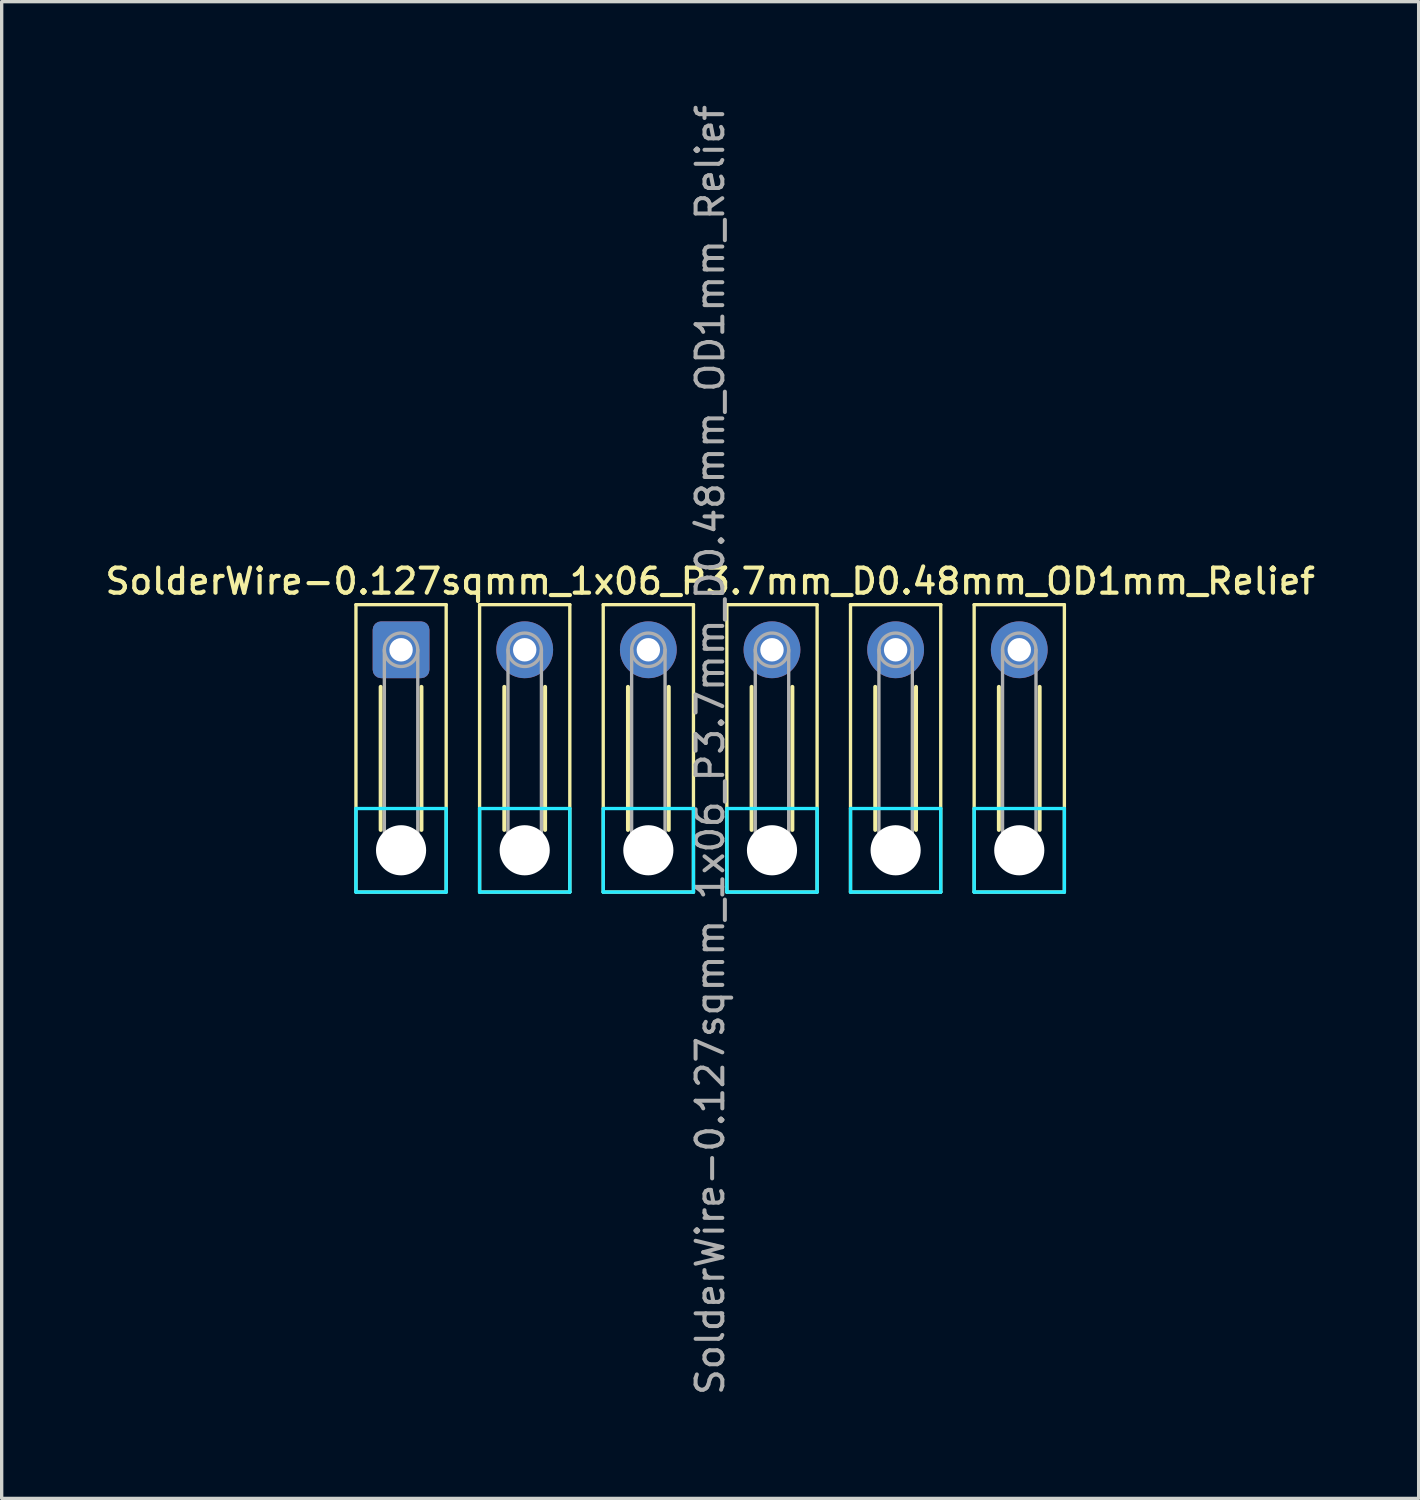
<source format=kicad_pcb>
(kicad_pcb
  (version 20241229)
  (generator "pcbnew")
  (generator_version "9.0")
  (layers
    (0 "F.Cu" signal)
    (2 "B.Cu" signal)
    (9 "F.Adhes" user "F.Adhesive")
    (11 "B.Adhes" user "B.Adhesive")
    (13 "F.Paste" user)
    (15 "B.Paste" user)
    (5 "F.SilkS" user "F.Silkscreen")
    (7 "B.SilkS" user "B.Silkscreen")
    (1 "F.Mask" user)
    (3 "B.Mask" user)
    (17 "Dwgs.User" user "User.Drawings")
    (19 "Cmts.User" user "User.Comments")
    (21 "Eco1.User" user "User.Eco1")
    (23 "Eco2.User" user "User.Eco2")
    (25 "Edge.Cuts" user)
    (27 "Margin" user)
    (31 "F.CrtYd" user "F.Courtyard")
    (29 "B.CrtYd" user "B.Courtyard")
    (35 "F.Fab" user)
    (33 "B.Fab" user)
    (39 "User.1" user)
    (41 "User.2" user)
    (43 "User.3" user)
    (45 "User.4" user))
  (footprint "SolderWire-0.127sqmm_1x06_P3.7mm_D0.48mm_OD1mm_Relief"
    (layer "F.Cu")
    (at 8.952 16.395)
    (property "Reference" "SolderWire-0.127sqmm_1x06_P3.7mm_D0.48mm_OD1mm_Relief" (at 9.25 -2.05 0) (layer "F.SilkS") (effects (font (size 0.75 0.75) (thickness 0.125))))
    (attr exclude_from_pos_files exclude_from_bom)
    (fp_line (start -1.35 -1.35) (end -1.35 7.25) (stroke (width 0.1) (type solid)) (layer "F.SilkS"))
    (fp_line (start -1.35 7.25) (end 1.35 7.25) (stroke (width 0.1) (type solid)) (layer "F.SilkS"))
    (fp_line (start -0.61 1.11) (end -0.61 5.39) (stroke (width 0.12) (type solid)) (layer "F.SilkS"))
    (fp_line (start 0.61 1.11) (end 0.61 5.39) (stroke (width 0.12) (type solid)) (layer "F.SilkS"))
    (fp_line (start 1.35 -1.35) (end -1.35 -1.35) (stroke (width 0.1) (type solid)) (layer "F.SilkS"))
    (fp_line (start 1.35 7.25) (end 1.35 -1.35) (stroke (width 0.1) (type solid)) (layer "F.SilkS"))
    (fp_line (start 2.35 -1.35) (end 2.35 7.25) (stroke (width 0.1) (type solid)) (layer "F.SilkS"))
    (fp_line (start 2.35 7.25) (end 5.05 7.25) (stroke (width 0.1) (type solid)) (layer "F.SilkS"))
    (fp_line (start 3.09 1.11) (end 3.09 5.39) (stroke (width 0.12) (type solid)) (layer "F.SilkS"))
    (fp_line (start 4.31 1.11) (end 4.31 5.39) (stroke (width 0.12) (type solid)) (layer "F.SilkS"))
    (fp_line (start 5.05 -1.35) (end 2.35 -1.35) (stroke (width 0.1) (type solid)) (layer "F.SilkS"))
    (fp_line (start 5.05 7.25) (end 5.05 -1.35) (stroke (width 0.1) (type solid)) (layer "F.SilkS"))
    (fp_line (start 6.05 -1.35) (end 6.05 7.25) (stroke (width 0.1) (type solid)) (layer "F.SilkS"))
    (fp_line (start 6.05 7.25) (end 8.75 7.25) (stroke (width 0.1) (type solid)) (layer "F.SilkS"))
    (fp_line (start 6.79 1.11) (end 6.79 5.39) (stroke (width 0.12) (type solid)) (layer "F.SilkS"))
    (fp_line (start 8.01 1.11) (end 8.01 5.39) (stroke (width 0.12) (type solid)) (layer "F.SilkS"))
    (fp_line (start 8.75 -1.35) (end 6.05 -1.35) (stroke (width 0.1) (type solid)) (layer "F.SilkS"))
    (fp_line (start 8.75 7.25) (end 8.75 -1.35) (stroke (width 0.1) (type solid)) (layer "F.SilkS"))
    (fp_line (start 9.75 -1.35) (end 9.75 7.25) (stroke (width 0.1) (type solid)) (layer "F.SilkS"))
    (fp_line (start 9.75 7.25) (end 12.45 7.25) (stroke (width 0.1) (type solid)) (layer "F.SilkS"))
    (fp_line (start 10.49 1.11) (end 10.49 5.39) (stroke (width 0.12) (type solid)) (layer "F.SilkS"))
    (fp_line (start 11.71 1.11) (end 11.71 5.39) (stroke (width 0.12) (type solid)) (layer "F.SilkS"))
    (fp_line (start 12.45 -1.35) (end 9.75 -1.35) (stroke (width 0.1) (type solid)) (layer "F.SilkS"))
    (fp_line (start 12.45 7.25) (end 12.45 -1.35) (stroke (width 0.1) (type solid)) (layer "F.SilkS"))
    (fp_line (start 13.45 -1.35) (end 13.45 7.25) (stroke (width 0.1) (type solid)) (layer "F.SilkS"))
    (fp_line (start 13.45 7.25) (end 16.15 7.25) (stroke (width 0.1) (type solid)) (layer "F.SilkS"))
    (fp_line (start 14.19 1.11) (end 14.19 5.39) (stroke (width 0.12) (type solid)) (layer "F.SilkS"))
    (fp_line (start 15.41 1.11) (end 15.41 5.39) (stroke (width 0.12) (type solid)) (layer "F.SilkS"))
    (fp_line (start 16.15 -1.35) (end 13.45 -1.35) (stroke (width 0.1) (type solid)) (layer "F.SilkS"))
    (fp_line (start 16.15 7.25) (end 16.15 -1.35) (stroke (width 0.1) (type solid)) (layer "F.SilkS"))
    (fp_line (start 17.15 -1.35) (end 17.15 7.25) (stroke (width 0.1) (type solid)) (layer "F.SilkS"))
    (fp_line (start 17.15 7.25) (end 19.85 7.25) (stroke (width 0.1) (type solid)) (layer "F.SilkS"))
    (fp_line (start 17.89 1.11) (end 17.89 5.39) (stroke (width 0.12) (type solid)) (layer "F.SilkS"))
    (fp_line (start 19.11 1.11) (end 19.11 5.39) (stroke (width 0.12) (type solid)) (layer "F.SilkS"))
    (fp_line (start 19.85 -1.35) (end 17.15 -1.35) (stroke (width 0.1) (type solid)) (layer "F.SilkS"))
    (fp_line (start 19.85 7.25) (end 19.85 -1.35) (stroke (width 0.1) (type solid)) (layer "F.SilkS"))
    (fp_line (start -1.35 4.75) (end -1.35 7.25) (stroke (width 0.1) (type solid)) (layer "B.CrtYd"))
    (fp_line (start -1.35 7.25) (end 1.35 7.25) (stroke (width 0.1) (type solid)) (layer "B.CrtYd"))
    (fp_line (start 1.35 4.75) (end -1.35 4.75) (stroke (width 0.1) (type solid)) (layer "B.CrtYd"))
    (fp_line (start 1.35 7.25) (end 1.35 4.75) (stroke (width 0.1) (type solid)) (layer "B.CrtYd"))
    (fp_line (start 2.35 4.75) (end 2.35 7.25) (stroke (width 0.1) (type solid)) (layer "B.CrtYd"))
    (fp_line (start 2.35 7.25) (end 5.05 7.25) (stroke (width 0.1) (type solid)) (layer "B.CrtYd"))
    (fp_line (start 5.05 4.75) (end 2.35 4.75) (stroke (width 0.1) (type solid)) (layer "B.CrtYd"))
    (fp_line (start 5.05 7.25) (end 5.05 4.75) (stroke (width 0.1) (type solid)) (layer "B.CrtYd"))
    (fp_line (start 6.05 4.75) (end 6.05 7.25) (stroke (width 0.1) (type solid)) (layer "B.CrtYd"))
    (fp_line (start 6.05 7.25) (end 8.75 7.25) (stroke (width 0.1) (type solid)) (layer "B.CrtYd"))
    (fp_line (start 8.75 4.75) (end 6.05 4.75) (stroke (width 0.1) (type solid)) (layer "B.CrtYd"))
    (fp_line (start 8.75 7.25) (end 8.75 4.75) (stroke (width 0.1) (type solid)) (layer "B.CrtYd"))
    (fp_line (start 9.75 4.75) (end 9.75 7.25) (stroke (width 0.1) (type solid)) (layer "B.CrtYd"))
    (fp_line (start 9.75 7.25) (end 12.45 7.25) (stroke (width 0.1) (type solid)) (layer "B.CrtYd"))
    (fp_line (start 12.45 4.75) (end 9.75 4.75) (stroke (width 0.1) (type solid)) (layer "B.CrtYd"))
    (fp_line (start 12.45 7.25) (end 12.45 4.75) (stroke (width 0.1) (type solid)) (layer "B.CrtYd"))
    (fp_line (start 13.45 4.75) (end 13.45 7.25) (stroke (width 0.1) (type solid)) (layer "B.CrtYd"))
    (fp_line (start 13.45 7.25) (end 16.15 7.25) (stroke (width 0.1) (type solid)) (layer "B.CrtYd"))
    (fp_line (start 16.15 4.75) (end 13.45 4.75) (stroke (width 0.1) (type solid)) (layer "B.CrtYd"))
    (fp_line (start 16.15 7.25) (end 16.15 4.75) (stroke (width 0.1) (type solid)) (layer "B.CrtYd"))
    (fp_line (start 17.15 4.75) (end 17.15 7.25) (stroke (width 0.1) (type solid)) (layer "B.CrtYd"))
    (fp_line (start 17.15 7.25) (end 19.85 7.25) (stroke (width 0.1) (type solid)) (layer "B.CrtYd"))
    (fp_line (start 19.85 4.75) (end 17.15 4.75) (stroke (width 0.1) (type solid)) (layer "B.CrtYd"))
    (fp_line (start 19.85 7.25) (end 19.85 4.75) (stroke (width 0.1) (type solid)) (layer "B.CrtYd"))
    (fp_line (start -0.5 0) (end -0.5 6) (stroke (width 0.1) (type solid)) (layer "F.Fab"))
    (fp_line (start 0.5 0) (end 0.5 6) (stroke (width 0.1) (type solid)) (layer "F.Fab"))
    (fp_line (start 3.2 0) (end 3.2 6) (stroke (width 0.1) (type solid)) (layer "F.Fab"))
    (fp_line (start 4.2 0) (end 4.2 6) (stroke (width 0.1) (type solid)) (layer "F.Fab"))
    (fp_line (start 6.9 0) (end 6.9 6) (stroke (width 0.1) (type solid)) (layer "F.Fab"))
    (fp_line (start 7.9 0) (end 7.9 6) (stroke (width 0.1) (type solid)) (layer "F.Fab"))
    (fp_line (start 10.6 0) (end 10.6 6) (stroke (width 0.1) (type solid)) (layer "F.Fab"))
    (fp_line (start 11.6 0) (end 11.6 6) (stroke (width 0.1) (type solid)) (layer "F.Fab"))
    (fp_line (start 14.3 0) (end 14.3 6) (stroke (width 0.1) (type solid)) (layer "F.Fab"))
    (fp_line (start 15.3 0) (end 15.3 6) (stroke (width 0.1) (type solid)) (layer "F.Fab"))
    (fp_line (start 18 0) (end 18 6) (stroke (width 0.1) (type solid)) (layer "F.Fab"))
    (fp_line (start 19 0) (end 19 6) (stroke (width 0.1) (type solid)) (layer "F.Fab"))
    (fp_circle (center 0 0) (end 0.5 0) (stroke (width 0.1) (type solid)) (fill no) (layer "F.Fab"))
    (fp_circle (center 0 6) (end 0.5 6) (stroke (width 0.1) (type solid)) (fill no) (layer "F.Fab"))
    (fp_circle (center 3.7 0) (end 4.2 0) (stroke (width 0.1) (type solid)) (fill no) (layer "F.Fab"))
    (fp_circle (center 3.7 6) (end 4.2 6) (stroke (width 0.1) (type solid)) (fill no) (layer "F.Fab"))
    (fp_circle (center 7.4 0) (end 7.9 0) (stroke (width 0.1) (type solid)) (fill no) (layer "F.Fab"))
    (fp_circle (center 7.4 6) (end 7.9 6) (stroke (width 0.1) (type solid)) (fill no) (layer "F.Fab"))
    (fp_circle (center 11.1 0) (end 11.6 0) (stroke (width 0.1) (type solid)) (fill no) (layer "F.Fab"))
    (fp_circle (center 11.1 6) (end 11.6 6) (stroke (width 0.1) (type solid)) (fill no) (layer "F.Fab"))
    (fp_circle (center 14.8 0) (end 15.3 0) (stroke (width 0.1) (type solid)) (fill no) (layer "F.Fab"))
    (fp_circle (center 14.8 6) (end 15.3 6) (stroke (width 0.1) (type solid)) (fill no) (layer "F.Fab"))
    (fp_circle (center 18.5 0) (end 19 0) (stroke (width 0.1) (type solid)) (fill no) (layer "F.Fab"))
    (fp_circle (center 18.5 6) (end 19 6) (stroke (width 0.1) (type solid)) (fill no) (layer "F.Fab"))
    (fp_text user "${REFERENCE}" (at 9.25 3 90) (layer "F.Fab") (effects (font (size 0.8 0.8) (thickness 0.12))))
    (pad "" np_thru_hole circle (at 0 6) (size 1.5 1.5) (drill 1.5) (layers "*.Cu" "*.Mask"))
    (pad "" np_thru_hole circle (at 3.7 6) (size 1.5 1.5) (drill 1.5) (layers "*.Cu" "*.Mask"))
    (pad "" np_thru_hole circle (at 7.4 6) (size 1.5 1.5) (drill 1.5) (layers "*.Cu" "*.Mask"))
    (pad "" np_thru_hole circle (at 11.1 6) (size 1.5 1.5) (drill 1.5) (layers "*.Cu" "*.Mask"))
    (pad "" np_thru_hole circle (at 14.8 6) (size 1.5 1.5) (drill 1.5) (layers "*.Cu" "*.Mask"))
    (pad "" np_thru_hole circle (at 18.5 6) (size 1.5 1.5) (drill 1.5) (layers "*.Cu" "*.Mask"))
    (pad "1" thru_hole roundrect (at 0 0) (size 1.7 1.7) (drill 0.7) (layers "*.Cu" "*.Mask") (roundrect_rratio 0.147))
    (pad "2" thru_hole circle (at 3.7 0) (size 1.7 1.7) (drill 0.7) (layers "*.Cu" "*.Mask"))
    (pad "3" thru_hole circle (at 7.4 0) (size 1.7 1.7) (drill 0.7) (layers "*.Cu" "*.Mask"))
    (pad "4" thru_hole circle (at 11.1 0) (size 1.7 1.7) (drill 0.7) (layers "*.Cu" "*.Mask"))
    (pad "5" thru_hole circle (at 14.8 0) (size 1.7 1.7) (drill 0.7) (layers "*.Cu" "*.Mask"))
    (pad "6" thru_hole circle (at 18.5 0) (size 1.7 1.7) (drill 0.7) (layers "*.Cu" "*.Mask")))
  (gr_rect
    (start -3 -3)
    (end 39.404 41.79)
    (stroke (width 0.1) (type default))
    (fill no)
    (layer "Edge.Cuts")))
</source>
